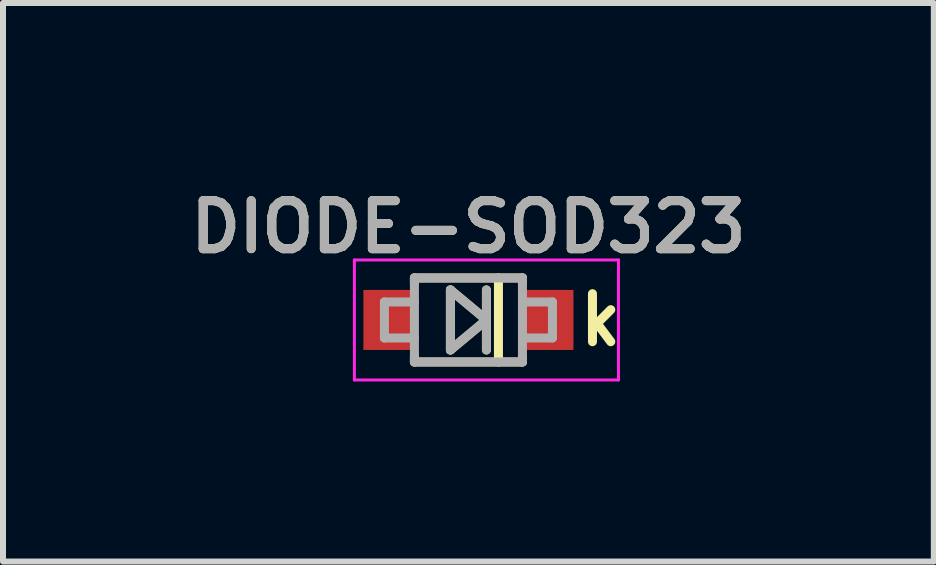
<source format=kicad_pcb>
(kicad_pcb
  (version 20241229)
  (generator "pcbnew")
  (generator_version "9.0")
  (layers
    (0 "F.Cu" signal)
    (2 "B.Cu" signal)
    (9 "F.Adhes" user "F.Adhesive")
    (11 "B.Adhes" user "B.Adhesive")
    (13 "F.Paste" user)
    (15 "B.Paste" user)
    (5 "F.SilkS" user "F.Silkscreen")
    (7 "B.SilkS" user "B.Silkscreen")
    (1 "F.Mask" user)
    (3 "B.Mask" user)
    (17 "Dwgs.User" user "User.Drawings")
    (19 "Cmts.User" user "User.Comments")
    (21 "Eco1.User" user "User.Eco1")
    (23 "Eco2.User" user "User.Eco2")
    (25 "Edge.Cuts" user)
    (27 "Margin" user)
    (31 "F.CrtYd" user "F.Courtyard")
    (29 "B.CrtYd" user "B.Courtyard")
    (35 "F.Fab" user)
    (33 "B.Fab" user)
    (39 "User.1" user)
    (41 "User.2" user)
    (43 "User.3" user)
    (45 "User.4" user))
  (footprint "DIODE-SOD323"
    (layer "F.Cu")
    (at 4.755 2.281)
    (property "Reference" "DIODE-SOD323" (at 0 -1.55 0) (layer "F.SilkS") (effects (font (size 0.8 0.8) (thickness 0.15))))
    (attr smd)
    (fp_line (start -0.9 -0.7) (end -0.9 -0.6) (stroke (width 0.15) (type solid)) (layer "F.SilkS"))
    (fp_line (start -0.9 -0.7) (end 0.9 -0.7) (stroke (width 0.15) (type solid)) (layer "F.SilkS"))
    (fp_line (start -0.9 0.7) (end -0.9 0.6) (stroke (width 0.15) (type solid)) (layer "F.SilkS"))
    (fp_line (start -0.9 0.7) (end 0.9 0.7) (stroke (width 0.15) (type solid)) (layer "F.SilkS"))
    (fp_line (start -0.3 -0.5) (end 0.3 0) (stroke (width 0.15) (type solid)) (layer "F.SilkS"))
    (fp_line (start -0.3 0.5) (end -0.3 -0.5) (stroke (width 0.15) (type solid)) (layer "F.SilkS"))
    (fp_line (start 0.3 -0.5) (end 0.3 0.5) (stroke (width 0.15) (type solid)) (layer "F.SilkS"))
    (fp_line (start 0.3 0) (end -0.3 0.5) (stroke (width 0.15) (type solid)) (layer "F.SilkS"))
    (fp_line (start 0.5 -0.7) (end 0.5 0.7) (stroke (width 0.15) (type solid)) (layer "F.SilkS"))
    (fp_line (start 0.9 -0.7) (end 0.9 -0.6) (stroke (width 0.15) (type solid)) (layer "F.SilkS"))
    (fp_line (start 0.9 0.7) (end 0.9 0.6) (stroke (width 0.15) (type solid)) (layer "F.SilkS"))
    (fp_line (start -1.9 -1) (end -1.9 1) (stroke (width 0.05) (type solid)) (layer "F.CrtYd"))
    (fp_line (start -1.9 1) (end 2.5 1) (stroke (width 0.05) (type solid)) (layer "F.CrtYd"))
    (fp_line (start 2.5 -1) (end -1.9 -1) (stroke (width 0.05) (type solid)) (layer "F.CrtYd"))
    (fp_line (start 2.5 -1) (end 2.5 1) (stroke (width 0.05) (type solid)) (layer "F.CrtYd"))
    (fp_line (start -1.4 -0.3) (end -1.4 0.3) (stroke (width 0.15) (type solid)) (layer "F.Fab"))
    (fp_line (start -1.4 0.3) (end -0.9 0.3) (stroke (width 0.15) (type solid)) (layer "F.Fab"))
    (fp_line (start -0.9 -0.7) (end 0.9 -0.7) (stroke (width 0.15) (type solid)) (layer "F.Fab"))
    (fp_line (start -0.9 -0.3) (end -1.4 -0.3) (stroke (width 0.15) (type solid)) (layer "F.Fab"))
    (fp_line (start -0.9 0.7) (end -0.9 -0.7) (stroke (width 0.15) (type solid)) (layer "F.Fab"))
    (fp_line (start -0.3 -0.5) (end 0.3 0) (stroke (width 0.15) (type solid)) (layer "F.Fab"))
    (fp_line (start -0.3 0.5) (end -0.3 -0.5) (stroke (width 0.15) (type solid)) (layer "F.Fab"))
    (fp_line (start 0.3 -0.5) (end 0.3 0.5) (stroke (width 0.15) (type solid)) (layer "F.Fab"))
    (fp_line (start 0.3 0) (end -0.3 0.5) (stroke (width 0.15) (type solid)) (layer "F.Fab"))
    (fp_line (start 0.9 -0.7) (end 0.9 0.7) (stroke (width 0.15) (type solid)) (layer "F.Fab"))
    (fp_line (start 0.9 -0.3) (end 1.4 -0.3) (stroke (width 0.15) (type solid)) (layer "F.Fab"))
    (fp_line (start 0.9 0.7) (end -0.9 0.7) (stroke (width 0.15) (type solid)) (layer "F.Fab"))
    (fp_line (start 1.4 -0.3) (end 1.4 0.3) (stroke (width 0.15) (type solid)) (layer "F.Fab"))
    (fp_line (start 1.4 0.3) (end 0.9 0.3) (stroke (width 0.15) (type solid)) (layer "F.Fab"))
    (fp_text user "k" (at 2.2 0 0) (layer "F.SilkS") (effects (font (size 0.8 0.8) (thickness 0.15))))
    (fp_text user "${REFERENCE}" (at 0 -1.55 0) (layer "F.Fab") (effects (font (size 0.8 0.8) (thickness 0.15))))
    (pad "1" smd rect (at 1.3 0) (size 0.9 1) (layers "F.Cu" "F.Mask" "F.Paste"))
    (pad "2" smd rect (at -1.3 0) (size 0.9 1) (layers "F.Cu" "F.Mask" "F.Paste")))
  (gr_rect
    (start -3 -3)
    (end 12.509 6.306)
    (stroke (width 0.1) (type default))
    (fill no)
    (layer "Edge.Cuts")))
</source>
